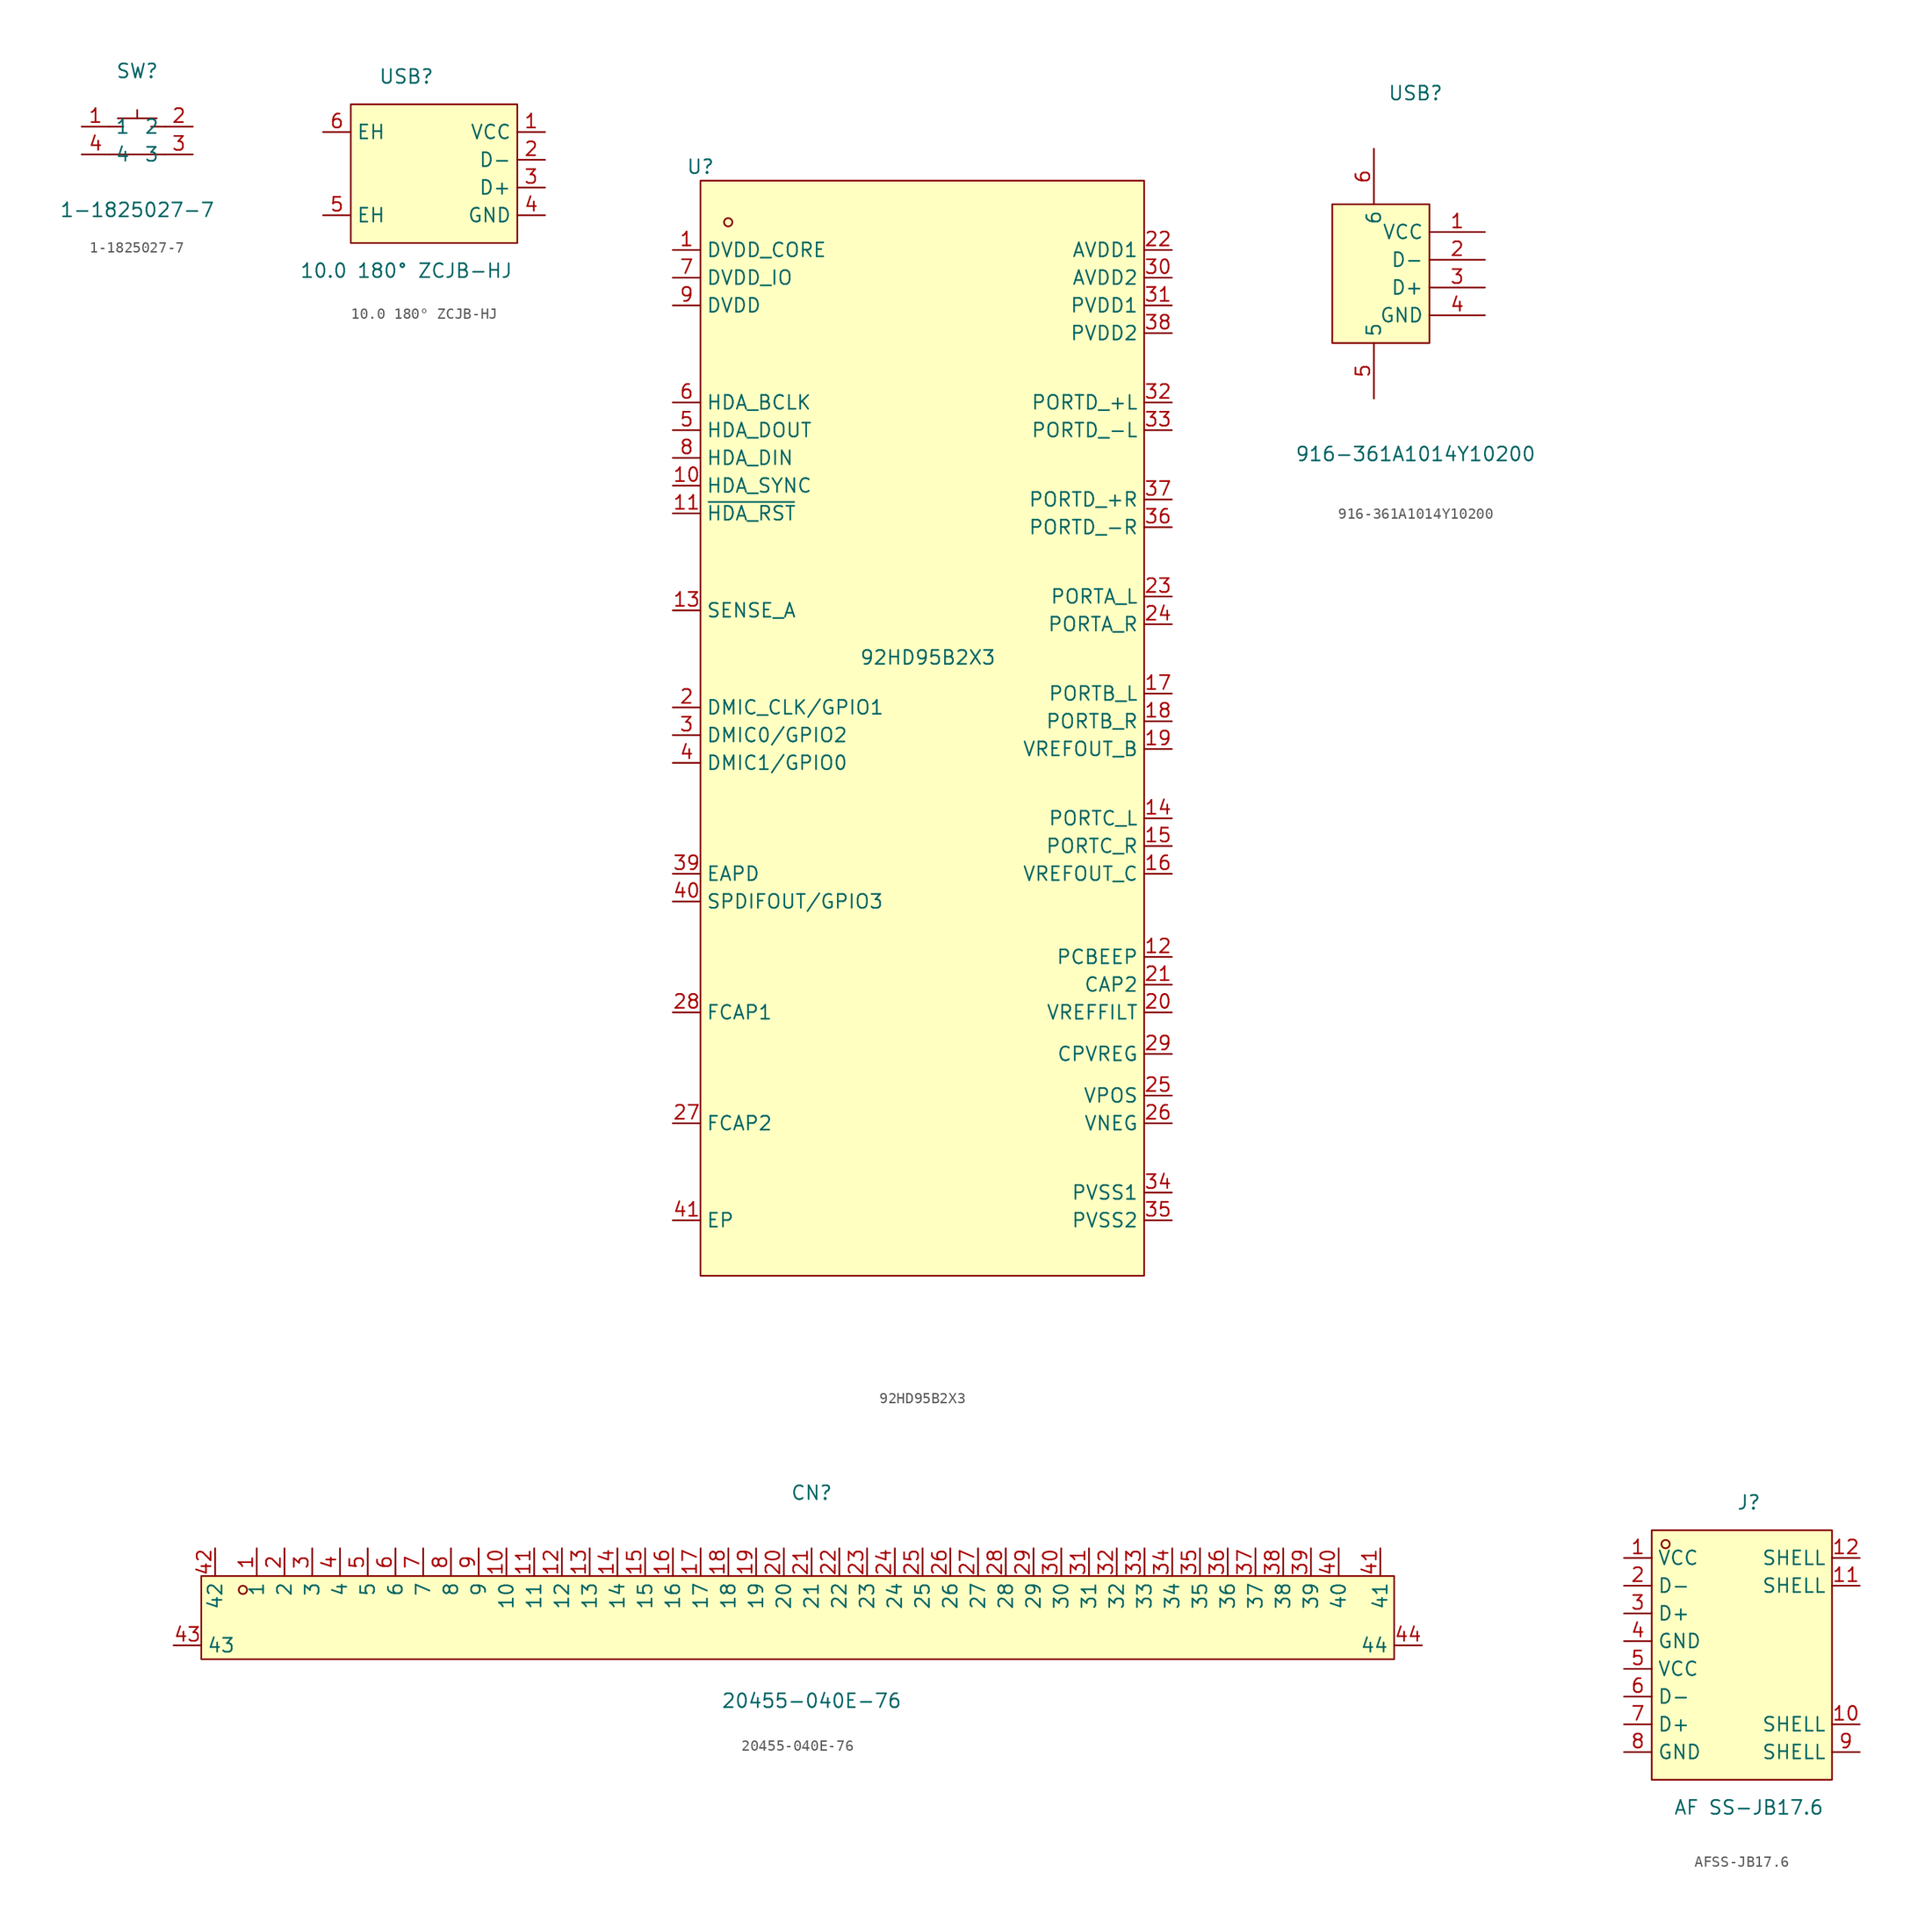
<source format=kicad_sym>
(kicad_symbol_lib
  (version 20241209)
  (generator "kicad_symbol_editor")
  (generator_version "9.0")
  (symbol "1-1825027-7"
    (property "Reference" "SW"
      (at 0 5.08 0)
      (effects (font (size 1.27 1.27))))
    (property "Value" "1-1825027-7"
      (at 0 -7.62 0)
      (effects (font (size 1.27 1.27))))
    (symbol "1-1825027-7_0_1"
      (polyline (pts (xy -1.27 0) (xy -2.54 0)) (stroke (width 0) (type default)) (fill (type none)))
      (polyline (pts (xy 0 1.52) (xy 0 0.76)) (stroke (width 0) (type default)) (fill (type none)))
      (polyline (pts (xy 1.78 0.76) (xy -1.78 0.76)) (stroke (width 0) (type default)) (fill (type none)))
      (polyline (pts (xy 2.54 0) (xy 1.27 0)) (stroke (width 0) (type default)) (fill (type none)))
      (polyline (pts (xy 2.54 -2.54) (xy -2.54 -2.54)) (stroke (width 0) (type default)) (fill (type none)))
      (pin unspecified line (at -5.08 0 0) (length 2.54) (name "1" (effects (font (size 1.27 1.27)))) (number "1" (effects (font (size 1.27 1.27)))))
      (pin unspecified line (at -5.08 -2.54 0) (length 2.54) (name "4" (effects (font (size 1.27 1.27)))) (number "4" (effects (font (size 1.27 1.27)))))
      (pin unspecified line (at 5.08 0 180) (length 2.54) (name "2" (effects (font (size 1.27 1.27)))) (number "2" (effects (font (size 1.27 1.27)))))
      (pin unspecified line (at 5.08 -2.54 180) (length 2.54) (name "3" (effects (font (size 1.27 1.27)))) (number "3" (effects (font (size 1.27 1.27)))))))
  (symbol "10.0 180° ZCJB-HJ"
    (property "Reference" "USB"
      (at 0 10.16 0)
      (effects (font (size 1.27 1.27))))
    (property "Value" "10.0 180° ZCJB-HJ"
      (at 0 -7.62 0)
      (effects (font (size 1.27 1.27))))
    (symbol "10.0 180° ZCJB-HJ_0_1"
      (rectangle (start -5.08 7.62) (end 10.16 -5.08) (stroke (width 0) (type default)) (fill (type background)))
      (pin unspecified line (at -7.62 5.08 0) (length 2.54) (name "EH" (effects (font (size 1.27 1.27)))) (number "6" (effects (font (size 1.27 1.27)))))
      (pin unspecified line (at -7.62 -2.54 0) (length 2.54) (name "EH" (effects (font (size 1.27 1.27)))) (number "5" (effects (font (size 1.27 1.27)))))
      (pin input line (at 12.7 5.08 180) (length 2.54) (name "VCC" (effects (font (size 1.27 1.27)))) (number "1" (effects (font (size 1.27 1.27)))))
      (pin input line (at 12.7 2.54 180) (length 2.54) (name "D-" (effects (font (size 1.27 1.27)))) (number "2" (effects (font (size 1.27 1.27)))))
      (pin input line (at 12.7 0 180) (length 2.54) (name "D+" (effects (font (size 1.27 1.27)))) (number "3" (effects (font (size 1.27 1.27)))))
      (pin input line (at 12.7 -2.54 180) (length 2.54) (name "GND" (effects (font (size 1.27 1.27)))) (number "4" (effects (font (size 1.27 1.27)))))))
  (symbol "92HD95B2X3"
    (property "Reference" "U"
      (at -20.32 50.8 0)
      (effects (font (size 1.27 1.27))))
    (property "Value" "92HD95B2X3"
      (at 0.508 5.842 0)
      (effects (font (size 1.27 1.27))))
    (symbol "92HD95B2X3_0_1"
      (rectangle (start -20.32 49.53) (end 20.32 -50.8) (stroke (width 0) (type default)) (fill (type background)))
      (circle (center -17.78 45.72) (radius 0.38) (stroke (width 0) (type default)) (fill (type none))))
    (symbol "92HD95B2X3_1_1"
      (pin unspecified line (at -22.86 43.18 0) (length 2.54) (name "DVDD_CORE" (effects (font (size 1.27 1.27)))) (number "1" (effects (font (size 1.27 1.27)))))
      (pin unspecified line (at -22.86 40.64 0) (length 2.54) (name "DVDD_IO" (effects (font (size 1.27 1.27)))) (number "7" (effects (font (size 1.27 1.27)))))
      (pin unspecified line (at -22.86 38.1 0) (length 2.54) (name "DVDD" (effects (font (size 1.27 1.27)))) (number "9" (effects (font (size 1.27 1.27)))))
      (pin unspecified line (at -22.86 29.21 0) (length 2.54) (name "HDA_BCLK" (effects (font (size 1.27 1.27)))) (number "6" (effects (font (size 1.27 1.27)))))
      (pin unspecified line (at -22.86 26.67 0) (length 2.54) (name "HDA_DOUT" (effects (font (size 1.27 1.27)))) (number "5" (effects (font (size 1.27 1.27)))))
      (pin unspecified line (at -22.86 24.13 0) (length 2.54) (name "HDA_DIN" (effects (font (size 1.27 1.27)))) (number "8" (effects (font (size 1.27 1.27)))))
      (pin unspecified line (at -22.86 21.59 0) (length 2.54) (name "HDA_SYNC" (effects (font (size 1.27 1.27)))) (number "10" (effects (font (size 1.27 1.27)))))
      (pin unspecified line (at -22.86 19.05 0) (length 2.54) (name "~{HDA_RST}" (effects (font (size 1.27 1.27)))) (number "11" (effects (font (size 1.27 1.27)))))
      (pin unspecified line (at -22.86 10.16 0) (length 2.54) (name "SENSE_A" (effects (font (size 1.27 1.27)))) (number "13" (effects (font (size 1.27 1.27)))))
      (pin unspecified line (at -22.86 1.27 0) (length 2.54) (name "DMIC_CLK/GPIO1" (effects (font (size 1.27 1.27)))) (number "2" (effects (font (size 1.27 1.27)))))
      (pin unspecified line (at -22.86 -1.27 0) (length 2.54) (name "DMIC0/GPIO2" (effects (font (size 1.27 1.27)))) (number "3" (effects (font (size 1.27 1.27)))))
      (pin unspecified line (at -22.86 -3.81 0) (length 2.54) (name "DMIC1/GPIO0" (effects (font (size 1.27 1.27)))) (number "4" (effects (font (size 1.27 1.27)))))
      (pin unspecified line (at -22.86 -13.97 0) (length 2.54) (name "EAPD" (effects (font (size 1.27 1.27)))) (number "39" (effects (font (size 1.27 1.27)))))
      (pin unspecified line (at -22.86 -16.51 0) (length 2.54) (name "SPDIFOUT/GPIO3" (effects (font (size 1.27 1.27)))) (number "40" (effects (font (size 1.27 1.27)))))
      (pin unspecified line (at -22.86 -26.67 0) (length 2.54) (name "FCAP1" (effects (font (size 1.27 1.27)))) (number "28" (effects (font (size 1.27 1.27)))))
      (pin unspecified line (at -22.86 -36.83 0) (length 2.54) (name "FCAP2" (effects (font (size 1.27 1.27)))) (number "27" (effects (font (size 1.27 1.27)))))
      (pin unspecified line (at -22.86 -45.72 0) (length 2.54) (name "EP" (effects (font (size 1.27 1.27)))) (number "41" (effects (font (size 1.27 1.27)))))
      (pin unspecified line (at 22.86 43.18 180) (length 2.54) (name "AVDD1" (effects (font (size 1.27 1.27)))) (number "22" (effects (font (size 1.27 1.27)))))
      (pin unspecified line (at 22.86 40.64 180) (length 2.54) (name "AVDD2" (effects (font (size 1.27 1.27)))) (number "30" (effects (font (size 1.27 1.27)))))
      (pin unspecified line (at 22.86 38.1 180) (length 2.54) (name "PVDD1" (effects (font (size 1.27 1.27)))) (number "31" (effects (font (size 1.27 1.27)))))
      (pin unspecified line (at 22.86 35.56 180) (length 2.54) (name "PVDD2" (effects (font (size 1.27 1.27)))) (number "38" (effects (font (size 1.27 1.27)))))
      (pin unspecified line (at 22.86 29.21 180) (length 2.54) (name "PORTD_+L" (effects (font (size 1.27 1.27)))) (number "32" (effects (font (size 1.27 1.27)))))
      (pin unspecified line (at 22.86 26.67 180) (length 2.54) (name "PORTD_-L" (effects (font (size 1.27 1.27)))) (number "33" (effects (font (size 1.27 1.27)))))
      (pin unspecified line (at 22.86 20.32 180) (length 2.54) (name "PORTD_+R" (effects (font (size 1.27 1.27)))) (number "37" (effects (font (size 1.27 1.27)))))
      (pin unspecified line (at 22.86 17.78 180) (length 2.54) (name "PORTD_-R" (effects (font (size 1.27 1.27)))) (number "36" (effects (font (size 1.27 1.27)))))
      (pin unspecified line (at 22.86 11.43 180) (length 2.54) (name "PORTA_L" (effects (font (size 1.27 1.27)))) (number "23" (effects (font (size 1.27 1.27)))))
      (pin unspecified line (at 22.86 8.89 180) (length 2.54) (name "PORTA_R" (effects (font (size 1.27 1.27)))) (number "24" (effects (font (size 1.27 1.27)))))
      (pin unspecified line (at 22.86 2.54 180) (length 2.54) (name "PORTB_L" (effects (font (size 1.27 1.27)))) (number "17" (effects (font (size 1.27 1.27)))))
      (pin unspecified line (at 22.86 0 180) (length 2.54) (name "PORTB_R" (effects (font (size 1.27 1.27)))) (number "18" (effects (font (size 1.27 1.27)))))
      (pin unspecified line (at 22.86 -2.54 180) (length 2.54) (name "VREFOUT_B" (effects (font (size 1.27 1.27)))) (number "19" (effects (font (size 1.27 1.27)))))
      (pin unspecified line (at 22.86 -8.89 180) (length 2.54) (name "PORTC_L" (effects (font (size 1.27 1.27)))) (number "14" (effects (font (size 1.27 1.27)))))
      (pin unspecified line (at 22.86 -11.43 180) (length 2.54) (name "PORTC_R" (effects (font (size 1.27 1.27)))) (number "15" (effects (font (size 1.27 1.27)))))
      (pin unspecified line (at 22.86 -13.97 180) (length 2.54) (name "VREFOUT_C" (effects (font (size 1.27 1.27)))) (number "16" (effects (font (size 1.27 1.27)))))
      (pin unspecified line (at 22.86 -21.59 180) (length 2.54) (name "PCBEEP" (effects (font (size 1.27 1.27)))) (number "12" (effects (font (size 1.27 1.27)))))
      (pin unspecified line (at 22.86 -24.13 180) (length 2.54) (name "CAP2" (effects (font (size 1.27 1.27)))) (number "21" (effects (font (size 1.27 1.27)))))
      (pin unspecified line (at 22.86 -26.67 180) (length 2.54) (name "VREFFILT" (effects (font (size 1.27 1.27)))) (number "20" (effects (font (size 1.27 1.27)))))
      (pin unspecified line (at 22.86 -30.48 180) (length 2.54) (name "CPVREG" (effects (font (size 1.27 1.27)))) (number "29" (effects (font (size 1.27 1.27)))))
      (pin unspecified line (at 22.86 -34.29 180) (length 2.54) (name "VPOS" (effects (font (size 1.27 1.27)))) (number "25" (effects (font (size 1.27 1.27)))))
      (pin unspecified line (at 22.86 -36.83 180) (length 2.54) (name "VNEG" (effects (font (size 1.27 1.27)))) (number "26" (effects (font (size 1.27 1.27)))))
      (pin unspecified line (at 22.86 -43.18 180) (length 2.54) (name "PVSS1" (effects (font (size 1.27 1.27)))) (number "34" (effects (font (size 1.27 1.27)))))
      (pin unspecified line (at 22.86 -45.72 180) (length 2.54) (name "PVSS2" (effects (font (size 1.27 1.27)))) (number "35" (effects (font (size 1.27 1.27)))))))
  (symbol "916-361A1014Y10200"
    (property "Reference" "USB"
      (at 0 16.51 0)
      (effects (font (size 1.27 1.27))))
    (property "Value" "916-361A1014Y10200"
      (at 0 -16.51 0)
      (effects (font (size 1.27 1.27))))
    (symbol "916-361A1014Y10200_0_1"
      (rectangle (start -7.62 6.35) (end 1.27 -6.35) (stroke (width 0) (type default)) (fill (type background)))
      (pin unspecified line (at -3.81 11.43 270) (length 5.08) (name "6" (effects (font (size 1.27 1.27)))) (number "6" (effects (font (size 1.27 1.27)))))
      (pin unspecified line (at -3.81 -11.43 90) (length 5.08) (name "5" (effects (font (size 1.27 1.27)))) (number "5" (effects (font (size 1.27 1.27)))))
      (pin input line (at 6.35 3.81 180) (length 5.08) (name "VCC" (effects (font (size 1.27 1.27)))) (number "1" (effects (font (size 1.27 1.27)))))
      (pin input line (at 6.35 1.27 180) (length 5.08) (name "D-" (effects (font (size 1.27 1.27)))) (number "2" (effects (font (size 1.27 1.27)))))
      (pin input line (at 6.35 -1.27 180) (length 5.08) (name "D+" (effects (font (size 1.27 1.27)))) (number "3" (effects (font (size 1.27 1.27)))))
      (pin input line (at 6.35 -3.81 180) (length 5.08) (name "GND" (effects (font (size 1.27 1.27)))) (number "4" (effects (font (size 1.27 1.27)))))))
  (symbol "20455-040E-76"
    (property "Reference" "CN"
      (at 0 8.89 0)
      (effects (font (size 1.27 1.27))))
    (property "Value" "20455-040E-76"
      (at 0 -10.16 0)
      (effects (font (size 1.27 1.27))))
    (symbol "20455-040E-76_0_1"
      (rectangle (start -55.88 1.27) (end 53.34 -6.35) (stroke (width 0) (type default)) (fill (type background)))
      (circle (center -52.07 0) (radius 0.38) (stroke (width 0) (type default)) (fill (type none)))
      (pin unspecified line (at -58.42 -5.08 0) (length 2.54) (name "43" (effects (font (size 1.27 1.27)))) (number "43" (effects (font (size 1.27 1.27)))))
      (pin unspecified line (at -54.61 3.81 270) (length 2.54) (name "42" (effects (font (size 1.27 1.27)))) (number "42" (effects (font (size 1.27 1.27)))))
      (pin unspecified line (at -50.8 3.81 270) (length 2.54) (name "1" (effects (font (size 1.27 1.27)))) (number "1" (effects (font (size 1.27 1.27)))))
      (pin unspecified line (at -48.26 3.81 270) (length 2.54) (name "2" (effects (font (size 1.27 1.27)))) (number "2" (effects (font (size 1.27 1.27)))))
      (pin unspecified line (at -45.72 3.81 270) (length 2.54) (name "3" (effects (font (size 1.27 1.27)))) (number "3" (effects (font (size 1.27 1.27)))))
      (pin unspecified line (at -43.18 3.81 270) (length 2.54) (name "4" (effects (font (size 1.27 1.27)))) (number "4" (effects (font (size 1.27 1.27)))))
      (pin unspecified line (at -40.64 3.81 270) (length 2.54) (name "5" (effects (font (size 1.27 1.27)))) (number "5" (effects (font (size 1.27 1.27)))))
      (pin unspecified line (at -38.1 3.81 270) (length 2.54) (name "6" (effects (font (size 1.27 1.27)))) (number "6" (effects (font (size 1.27 1.27)))))
      (pin unspecified line (at -35.56 3.81 270) (length 2.54) (name "7" (effects (font (size 1.27 1.27)))) (number "7" (effects (font (size 1.27 1.27)))))
      (pin unspecified line (at -33.02 3.81 270) (length 2.54) (name "8" (effects (font (size 1.27 1.27)))) (number "8" (effects (font (size 1.27 1.27)))))
      (pin unspecified line (at -30.48 3.81 270) (length 2.54) (name "9" (effects (font (size 1.27 1.27)))) (number "9" (effects (font (size 1.27 1.27)))))
      (pin unspecified line (at -27.94 3.81 270) (length 2.54) (name "10" (effects (font (size 1.27 1.27)))) (number "10" (effects (font (size 1.27 1.27)))))
      (pin unspecified line (at -25.4 3.81 270) (length 2.54) (name "11" (effects (font (size 1.27 1.27)))) (number "11" (effects (font (size 1.27 1.27)))))
      (pin unspecified line (at -22.86 3.81 270) (length 2.54) (name "12" (effects (font (size 1.27 1.27)))) (number "12" (effects (font (size 1.27 1.27)))))
      (pin unspecified line (at -20.32 3.81 270) (length 2.54) (name "13" (effects (font (size 1.27 1.27)))) (number "13" (effects (font (size 1.27 1.27)))))
      (pin unspecified line (at -17.78 3.81 270) (length 2.54) (name "14" (effects (font (size 1.27 1.27)))) (number "14" (effects (font (size 1.27 1.27)))))
      (pin unspecified line (at -15.24 3.81 270) (length 2.54) (name "15" (effects (font (size 1.27 1.27)))) (number "15" (effects (font (size 1.27 1.27)))))
      (pin unspecified line (at -12.7 3.81 270) (length 2.54) (name "16" (effects (font (size 1.27 1.27)))) (number "16" (effects (font (size 1.27 1.27)))))
      (pin unspecified line (at -10.16 3.81 270) (length 2.54) (name "17" (effects (font (size 1.27 1.27)))) (number "17" (effects (font (size 1.27 1.27)))))
      (pin unspecified line (at -7.62 3.81 270) (length 2.54) (name "18" (effects (font (size 1.27 1.27)))) (number "18" (effects (font (size 1.27 1.27)))))
      (pin unspecified line (at -5.08 3.81 270) (length 2.54) (name "19" (effects (font (size 1.27 1.27)))) (number "19" (effects (font (size 1.27 1.27)))))
      (pin unspecified line (at -2.54 3.81 270) (length 2.54) (name "20" (effects (font (size 1.27 1.27)))) (number "20" (effects (font (size 1.27 1.27)))))
      (pin unspecified line (at 0 3.81 270) (length 2.54) (name "21" (effects (font (size 1.27 1.27)))) (number "21" (effects (font (size 1.27 1.27)))))
      (pin unspecified line (at 2.54 3.81 270) (length 2.54) (name "22" (effects (font (size 1.27 1.27)))) (number "22" (effects (font (size 1.27 1.27)))))
      (pin unspecified line (at 5.08 3.81 270) (length 2.54) (name "23" (effects (font (size 1.27 1.27)))) (number "23" (effects (font (size 1.27 1.27)))))
      (pin unspecified line (at 7.62 3.81 270) (length 2.54) (name "24" (effects (font (size 1.27 1.27)))) (number "24" (effects (font (size 1.27 1.27)))))
      (pin unspecified line (at 10.16 3.81 270) (length 2.54) (name "25" (effects (font (size 1.27 1.27)))) (number "25" (effects (font (size 1.27 1.27)))))
      (pin unspecified line (at 12.7 3.81 270) (length 2.54) (name "26" (effects (font (size 1.27 1.27)))) (number "26" (effects (font (size 1.27 1.27)))))
      (pin unspecified line (at 15.24 3.81 270) (length 2.54) (name "27" (effects (font (size 1.27 1.27)))) (number "27" (effects (font (size 1.27 1.27)))))
      (pin unspecified line (at 17.78 3.81 270) (length 2.54) (name "28" (effects (font (size 1.27 1.27)))) (number "28" (effects (font (size 1.27 1.27)))))
      (pin unspecified line (at 20.32 3.81 270) (length 2.54) (name "29" (effects (font (size 1.27 1.27)))) (number "29" (effects (font (size 1.27 1.27)))))
      (pin unspecified line (at 22.86 3.81 270) (length 2.54) (name "30" (effects (font (size 1.27 1.27)))) (number "30" (effects (font (size 1.27 1.27)))))
      (pin unspecified line (at 25.4 3.81 270) (length 2.54) (name "31" (effects (font (size 1.27 1.27)))) (number "31" (effects (font (size 1.27 1.27)))))
      (pin unspecified line (at 27.94 3.81 270) (length 2.54) (name "32" (effects (font (size 1.27 1.27)))) (number "32" (effects (font (size 1.27 1.27)))))
      (pin unspecified line (at 30.48 3.81 270) (length 2.54) (name "33" (effects (font (size 1.27 1.27)))) (number "33" (effects (font (size 1.27 1.27)))))
      (pin unspecified line (at 33.02 3.81 270) (length 2.54) (name "34" (effects (font (size 1.27 1.27)))) (number "34" (effects (font (size 1.27 1.27)))))
      (pin unspecified line (at 35.56 3.81 270) (length 2.54) (name "35" (effects (font (size 1.27 1.27)))) (number "35" (effects (font (size 1.27 1.27)))))
      (pin unspecified line (at 38.1 3.81 270) (length 2.54) (name "36" (effects (font (size 1.27 1.27)))) (number "36" (effects (font (size 1.27 1.27)))))
      (pin unspecified line (at 40.64 3.81 270) (length 2.54) (name "37" (effects (font (size 1.27 1.27)))) (number "37" (effects (font (size 1.27 1.27)))))
      (pin unspecified line (at 43.18 3.81 270) (length 2.54) (name "38" (effects (font (size 1.27 1.27)))) (number "38" (effects (font (size 1.27 1.27)))))
      (pin unspecified line (at 45.72 3.81 270) (length 2.54) (name "39" (effects (font (size 1.27 1.27)))) (number "39" (effects (font (size 1.27 1.27)))))
      (pin unspecified line (at 48.26 3.81 270) (length 2.54) (name "40" (effects (font (size 1.27 1.27)))) (number "40" (effects (font (size 1.27 1.27)))))
      (pin unspecified line (at 52.07 3.81 270) (length 2.54) (name "41" (effects (font (size 1.27 1.27)))) (number "41" (effects (font (size 1.27 1.27)))))
      (pin unspecified line (at 55.88 -5.08 180) (length 2.54) (name "44" (effects (font (size 1.27 1.27)))) (number "44" (effects (font (size 1.27 1.27)))))))
  (symbol "AFSS-JB17.6"
    (property "Reference" "J"
      (at 0 13.97 0)
      (effects (font (size 1.27 1.27))))
    (property "Value" "AF SS-JB17.6"
      (at 0 -13.97 0)
      (effects (font (size 1.27 1.27))))
    (symbol "AFSS-JB17.6_0_1"
      (rectangle (start -8.89 11.43) (end 7.62 -11.43) (stroke (width 0) (type default)) (fill (type background)))
      (circle (center -7.62 10.16) (radius 0.38) (stroke (width 0) (type default)) (fill (type none)))
      (pin power_in line (at -11.43 8.89 0) (length 2.54) (name "VCC" (effects (font (size 1.27 1.27)))) (number "1" (effects (font (size 1.27 1.27)))))
      (pin bidirectional line (at -11.43 6.35 0) (length 2.54) (name "D-" (effects (font (size 1.27 1.27)))) (number "2" (effects (font (size 1.27 1.27)))))
      (pin bidirectional line (at -11.43 3.81 0) (length 2.54) (name "D+" (effects (font (size 1.27 1.27)))) (number "3" (effects (font (size 1.27 1.27)))))
      (pin power_in line (at -11.43 1.27 0) (length 2.54) (name "GND" (effects (font (size 1.27 1.27)))) (number "4" (effects (font (size 1.27 1.27)))))
      (pin power_in line (at -11.43 -1.27 0) (length 2.54) (name "VCC" (effects (font (size 1.27 1.27)))) (number "5" (effects (font (size 1.27 1.27)))))
      (pin bidirectional line (at -11.43 -3.81 0) (length 2.54) (name "D-" (effects (font (size 1.27 1.27)))) (number "6" (effects (font (size 1.27 1.27)))))
      (pin bidirectional line (at -11.43 -6.35 0) (length 2.54) (name "D+" (effects (font (size 1.27 1.27)))) (number "7" (effects (font (size 1.27 1.27)))))
      (pin power_in line (at -11.43 -8.89 0) (length 2.54) (name "GND" (effects (font (size 1.27 1.27)))) (number "8" (effects (font (size 1.27 1.27)))))
      (pin passive line (at 10.16 8.89 180) (length 2.54) (name "SHELL" (effects (font (size 1.27 1.27)))) (number "12" (effects (font (size 1.27 1.27)))))
      (pin passive line (at 10.16 6.35 180) (length 2.54) (name "SHELL" (effects (font (size 1.27 1.27)))) (number "11" (effects (font (size 1.27 1.27)))))
      (pin passive line (at 10.16 -6.35 180) (length 2.54) (name "SHELL" (effects (font (size 1.27 1.27)))) (number "10" (effects (font (size 1.27 1.27)))))
      (pin passive line (at 10.16 -8.89 180) (length 2.54) (name "SHELL" (effects (font (size 1.27 1.27)))) (number "9" (effects (font (size 1.27 1.27))))))))
</source>
